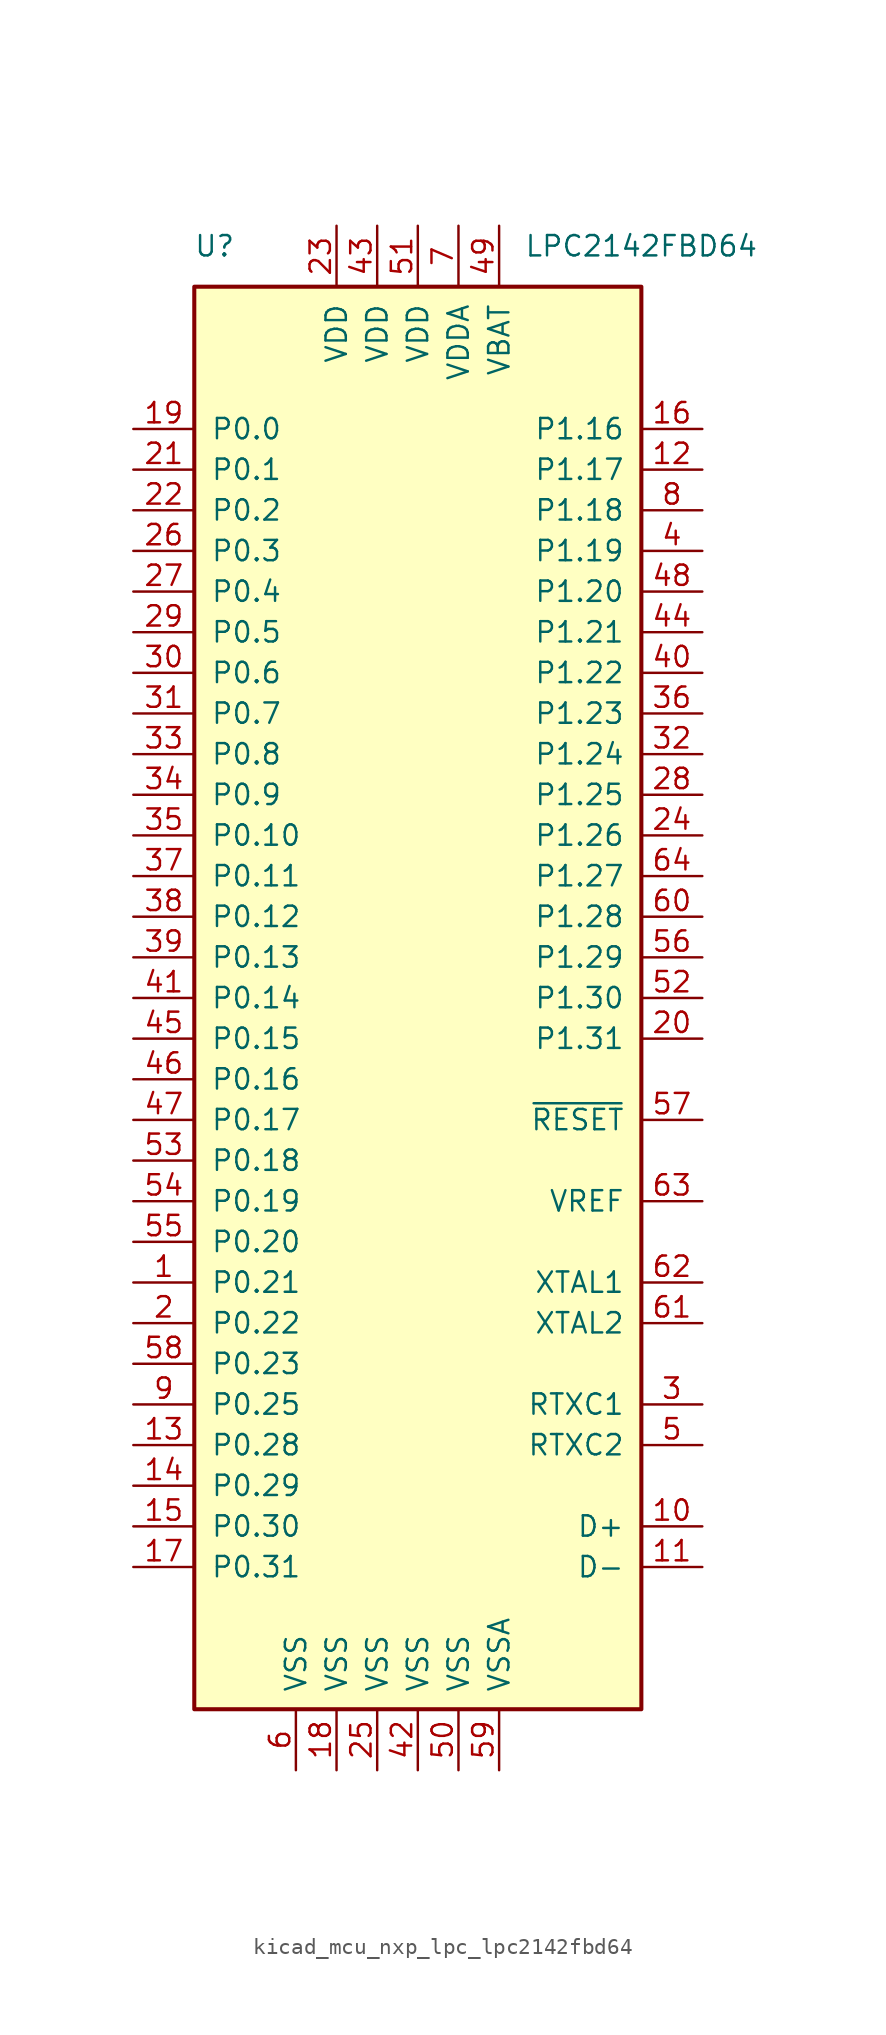
<source format=kicad_sym>
(kicad_symbol_lib
  (version 20220914)
  (generator kicad_symbol_editor)
  (symbol "kicad_mcu_nxp_lpc_lpc2142fbd64"
    (pin_names
      (offset 1.016))
    (property "Reference" "U"
      (at -12.7 46.99 0)
      (effects (font (size 1.27 1.27))))
    (property "Value" "LPC2142FBD64"
      (at 13.97 46.99 0)
      (effects (font (size 1.27 1.27))))
    (symbol "kicad_mcu_nxp_lpc_lpc2142fbd64_0_1"
      (rectangle (start 13.97 44.45) (end -13.97 -44.45) (stroke (width 0.254) (type default)) (fill (type background))))
    (symbol "kicad_mcu_nxp_lpc_lpc2142fbd64_1_1"
      (pin bidirectional line (at -17.78 -17.78 0) (length 3.81) (name "P0.21" (effects (font (size 1.27 1.27)))) (number "1" (effects (font (size 1.27 1.27)))))
      (pin bidirectional line (at 17.78 -33.02 180) (length 3.81) (name "D+" (effects (font (size 1.27 1.27)))) (number "10" (effects (font (size 1.27 1.27)))))
      (pin bidirectional line (at 17.78 -35.56 180) (length 3.81) (name "D-" (effects (font (size 1.27 1.27)))) (number "11" (effects (font (size 1.27 1.27)))))
      (pin bidirectional line (at 17.78 33.02 180) (length 3.81) (name "P1.17" (effects (font (size 1.27 1.27)))) (number "12" (effects (font (size 1.27 1.27)))))
      (pin bidirectional line (at -17.78 -27.94 0) (length 3.81) (name "P0.28" (effects (font (size 1.27 1.27)))) (number "13" (effects (font (size 1.27 1.27)))))
      (pin bidirectional line (at -17.78 -30.48 0) (length 3.81) (name "P0.29" (effects (font (size 1.27 1.27)))) (number "14" (effects (font (size 1.27 1.27)))))
      (pin bidirectional line (at -17.78 -33.02 0) (length 3.81) (name "P0.30" (effects (font (size 1.27 1.27)))) (number "15" (effects (font (size 1.27 1.27)))))
      (pin bidirectional line (at 17.78 35.56 180) (length 3.81) (name "P1.16" (effects (font (size 1.27 1.27)))) (number "16" (effects (font (size 1.27 1.27)))))
      (pin output line (at -17.78 -35.56 0) (length 3.81) (name "P0.31" (effects (font (size 1.27 1.27)))) (number "17" (effects (font (size 1.27 1.27)))))
      (pin power_in line (at -5.08 -48.26 90) (length 3.81) (name "VSS" (effects (font (size 1.27 1.27)))) (number "18" (effects (font (size 1.27 1.27)))))
      (pin bidirectional line (at -17.78 35.56 0) (length 3.81) (name "P0.0" (effects (font (size 1.27 1.27)))) (number "19" (effects (font (size 1.27 1.27)))))
      (pin bidirectional line (at -17.78 -20.32 0) (length 3.81) (name "P0.22" (effects (font (size 1.27 1.27)))) (number "2" (effects (font (size 1.27 1.27)))))
      (pin bidirectional line (at 17.78 -2.54 180) (length 3.81) (name "P1.31" (effects (font (size 1.27 1.27)))) (number "20" (effects (font (size 1.27 1.27)))))
      (pin bidirectional line (at -17.78 33.02 0) (length 3.81) (name "P0.1" (effects (font (size 1.27 1.27)))) (number "21" (effects (font (size 1.27 1.27)))))
      (pin bidirectional line (at -17.78 30.48 0) (length 3.81) (name "P0.2" (effects (font (size 1.27 1.27)))) (number "22" (effects (font (size 1.27 1.27)))))
      (pin power_in line (at -5.08 48.26 270) (length 3.81) (name "VDD" (effects (font (size 1.27 1.27)))) (number "23" (effects (font (size 1.27 1.27)))))
      (pin bidirectional line (at 17.78 10.16 180) (length 3.81) (name "P1.26" (effects (font (size 1.27 1.27)))) (number "24" (effects (font (size 1.27 1.27)))))
      (pin power_in line (at -2.54 -48.26 90) (length 3.81) (name "VSS" (effects (font (size 1.27 1.27)))) (number "25" (effects (font (size 1.27 1.27)))))
      (pin bidirectional line (at -17.78 27.94 0) (length 3.81) (name "P0.3" (effects (font (size 1.27 1.27)))) (number "26" (effects (font (size 1.27 1.27)))))
      (pin bidirectional line (at -17.78 25.4 0) (length 3.81) (name "P0.4" (effects (font (size 1.27 1.27)))) (number "27" (effects (font (size 1.27 1.27)))))
      (pin bidirectional line (at 17.78 12.7 180) (length 3.81) (name "P1.25" (effects (font (size 1.27 1.27)))) (number "28" (effects (font (size 1.27 1.27)))))
      (pin bidirectional line (at -17.78 22.86 0) (length 3.81) (name "P0.5" (effects (font (size 1.27 1.27)))) (number "29" (effects (font (size 1.27 1.27)))))
      (pin input line (at 17.78 -25.4 180) (length 3.81) (name "RTXC1" (effects (font (size 1.27 1.27)))) (number "3" (effects (font (size 1.27 1.27)))))
      (pin bidirectional line (at -17.78 20.32 0) (length 3.81) (name "P0.6" (effects (font (size 1.27 1.27)))) (number "30" (effects (font (size 1.27 1.27)))))
      (pin bidirectional line (at -17.78 17.78 0) (length 3.81) (name "P0.7" (effects (font (size 1.27 1.27)))) (number "31" (effects (font (size 1.27 1.27)))))
      (pin bidirectional line (at 17.78 15.24 180) (length 3.81) (name "P1.24" (effects (font (size 1.27 1.27)))) (number "32" (effects (font (size 1.27 1.27)))))
      (pin bidirectional line (at -17.78 15.24 0) (length 3.81) (name "P0.8" (effects (font (size 1.27 1.27)))) (number "33" (effects (font (size 1.27 1.27)))))
      (pin bidirectional line (at -17.78 12.7 0) (length 3.81) (name "P0.9" (effects (font (size 1.27 1.27)))) (number "34" (effects (font (size 1.27 1.27)))))
      (pin bidirectional line (at -17.78 10.16 0) (length 3.81) (name "P0.10" (effects (font (size 1.27 1.27)))) (number "35" (effects (font (size 1.27 1.27)))))
      (pin bidirectional line (at 17.78 17.78 180) (length 3.81) (name "P1.23" (effects (font (size 1.27 1.27)))) (number "36" (effects (font (size 1.27 1.27)))))
      (pin bidirectional line (at -17.78 7.62 0) (length 3.81) (name "P0.11" (effects (font (size 1.27 1.27)))) (number "37" (effects (font (size 1.27 1.27)))))
      (pin bidirectional line (at -17.78 5.08 0) (length 3.81) (name "P0.12" (effects (font (size 1.27 1.27)))) (number "38" (effects (font (size 1.27 1.27)))))
      (pin bidirectional line (at -17.78 2.54 0) (length 3.81) (name "P0.13" (effects (font (size 1.27 1.27)))) (number "39" (effects (font (size 1.27 1.27)))))
      (pin bidirectional line (at 17.78 27.94 180) (length 3.81) (name "P1.19" (effects (font (size 1.27 1.27)))) (number "4" (effects (font (size 1.27 1.27)))))
      (pin bidirectional line (at 17.78 20.32 180) (length 3.81) (name "P1.22" (effects (font (size 1.27 1.27)))) (number "40" (effects (font (size 1.27 1.27)))))
      (pin bidirectional line (at -17.78 0 0) (length 3.81) (name "P0.14" (effects (font (size 1.27 1.27)))) (number "41" (effects (font (size 1.27 1.27)))))
      (pin power_in line (at 0 -48.26 90) (length 3.81) (name "VSS" (effects (font (size 1.27 1.27)))) (number "42" (effects (font (size 1.27 1.27)))))
      (pin power_in line (at -2.54 48.26 270) (length 3.81) (name "VDD" (effects (font (size 1.27 1.27)))) (number "43" (effects (font (size 1.27 1.27)))))
      (pin bidirectional line (at 17.78 22.86 180) (length 3.81) (name "P1.21" (effects (font (size 1.27 1.27)))) (number "44" (effects (font (size 1.27 1.27)))))
      (pin bidirectional line (at -17.78 -2.54 0) (length 3.81) (name "P0.15" (effects (font (size 1.27 1.27)))) (number "45" (effects (font (size 1.27 1.27)))))
      (pin bidirectional line (at -17.78 -5.08 0) (length 3.81) (name "P0.16" (effects (font (size 1.27 1.27)))) (number "46" (effects (font (size 1.27 1.27)))))
      (pin bidirectional line (at -17.78 -7.62 0) (length 3.81) (name "P0.17" (effects (font (size 1.27 1.27)))) (number "47" (effects (font (size 1.27 1.27)))))
      (pin bidirectional line (at 17.78 25.4 180) (length 3.81) (name "P1.20" (effects (font (size 1.27 1.27)))) (number "48" (effects (font (size 1.27 1.27)))))
      (pin power_in line (at 5.08 48.26 270) (length 3.81) (name "VBAT" (effects (font (size 1.27 1.27)))) (number "49" (effects (font (size 1.27 1.27)))))
      (pin output line (at 17.78 -27.94 180) (length 3.81) (name "RTXC2" (effects (font (size 1.27 1.27)))) (number "5" (effects (font (size 1.27 1.27)))))
      (pin power_in line (at 2.54 -48.26 90) (length 3.81) (name "VSS" (effects (font (size 1.27 1.27)))) (number "50" (effects (font (size 1.27 1.27)))))
      (pin power_in line (at 0 48.26 270) (length 3.81) (name "VDD" (effects (font (size 1.27 1.27)))) (number "51" (effects (font (size 1.27 1.27)))))
      (pin bidirectional line (at 17.78 0 180) (length 3.81) (name "P1.30" (effects (font (size 1.27 1.27)))) (number "52" (effects (font (size 1.27 1.27)))))
      (pin bidirectional line (at -17.78 -10.16 0) (length 3.81) (name "P0.18" (effects (font (size 1.27 1.27)))) (number "53" (effects (font (size 1.27 1.27)))))
      (pin bidirectional line (at -17.78 -12.7 0) (length 3.81) (name "P0.19" (effects (font (size 1.27 1.27)))) (number "54" (effects (font (size 1.27 1.27)))))
      (pin bidirectional line (at -17.78 -15.24 0) (length 3.81) (name "P0.20" (effects (font (size 1.27 1.27)))) (number "55" (effects (font (size 1.27 1.27)))))
      (pin bidirectional line (at 17.78 2.54 180) (length 3.81) (name "P1.29" (effects (font (size 1.27 1.27)))) (number "56" (effects (font (size 1.27 1.27)))))
      (pin input line (at 17.78 -7.62 180) (length 3.81) (name "~{RESET}" (effects (font (size 1.27 1.27)))) (number "57" (effects (font (size 1.27 1.27)))))
      (pin bidirectional line (at -17.78 -22.86 0) (length 3.81) (name "P0.23" (effects (font (size 1.27 1.27)))) (number "58" (effects (font (size 1.27 1.27)))))
      (pin power_in line (at 5.08 -48.26 90) (length 3.81) (name "VSSA" (effects (font (size 1.27 1.27)))) (number "59" (effects (font (size 1.27 1.27)))))
      (pin power_in line (at -7.62 -48.26 90) (length 3.81) (name "VSS" (effects (font (size 1.27 1.27)))) (number "6" (effects (font (size 1.27 1.27)))))
      (pin bidirectional line (at 17.78 5.08 180) (length 3.81) (name "P1.28" (effects (font (size 1.27 1.27)))) (number "60" (effects (font (size 1.27 1.27)))))
      (pin output line (at 17.78 -20.32 180) (length 3.81) (name "XTAL2" (effects (font (size 1.27 1.27)))) (number "61" (effects (font (size 1.27 1.27)))))
      (pin input line (at 17.78 -17.78 180) (length 3.81) (name "XTAL1" (effects (font (size 1.27 1.27)))) (number "62" (effects (font (size 1.27 1.27)))))
      (pin input line (at 17.78 -12.7 180) (length 3.81) (name "VREF" (effects (font (size 1.27 1.27)))) (number "63" (effects (font (size 1.27 1.27)))))
      (pin bidirectional line (at 17.78 7.62 180) (length 3.81) (name "P1.27" (effects (font (size 1.27 1.27)))) (number "64" (effects (font (size 1.27 1.27)))))
      (pin power_in line (at 2.54 48.26 270) (length 3.81) (name "VDDA" (effects (font (size 1.27 1.27)))) (number "7" (effects (font (size 1.27 1.27)))))
      (pin bidirectional line (at 17.78 30.48 180) (length 3.81) (name "P1.18" (effects (font (size 1.27 1.27)))) (number "8" (effects (font (size 1.27 1.27)))))
      (pin bidirectional line (at -17.78 -25.4 0) (length 3.81) (name "P0.25" (effects (font (size 1.27 1.27)))) (number "9" (effects (font (size 1.27 1.27))))))))
</source>
